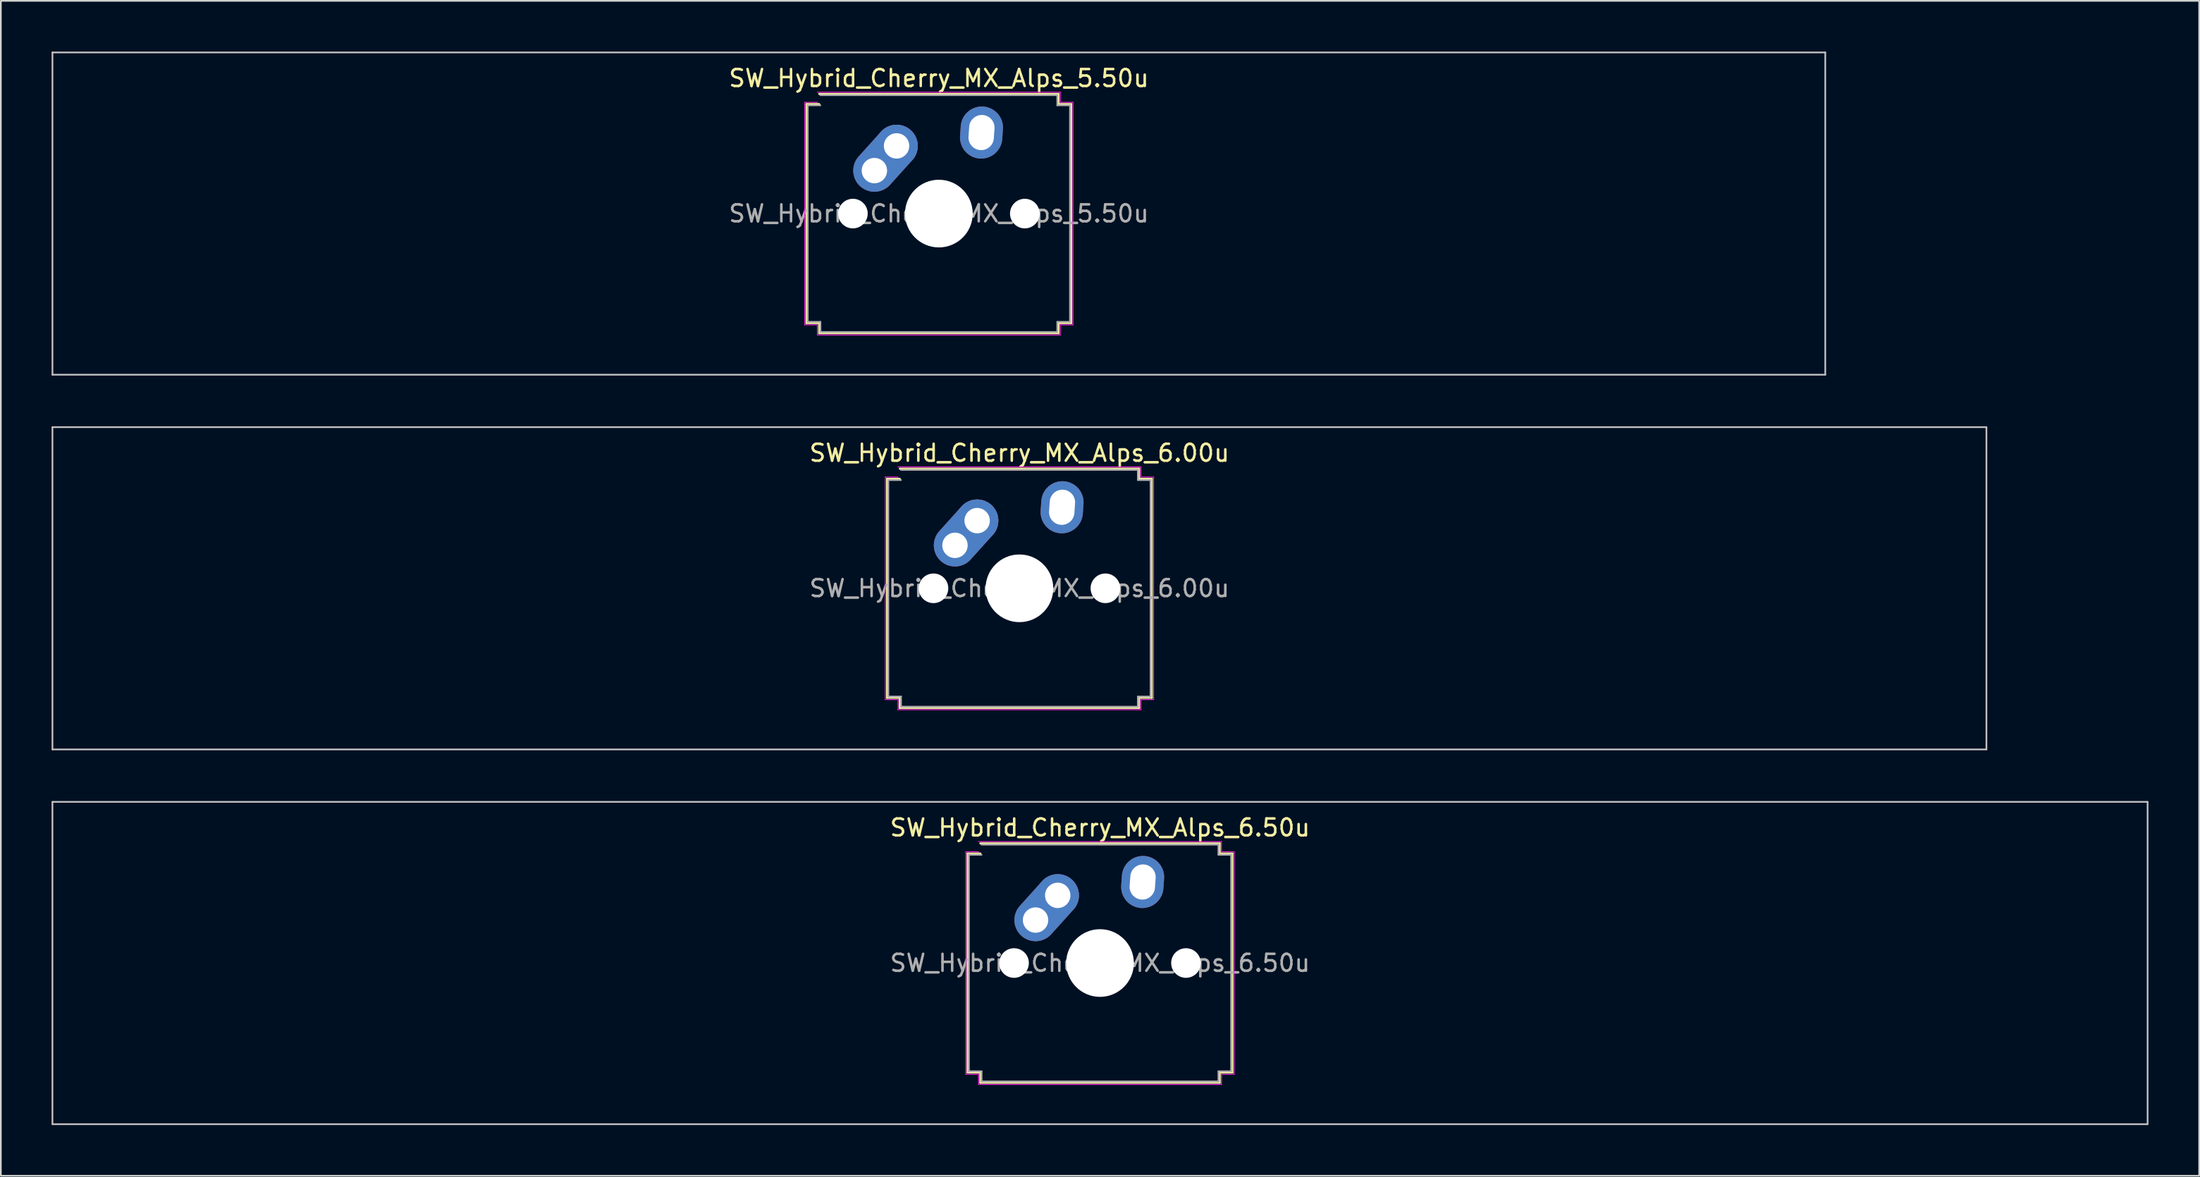
<source format=kicad_pcb>
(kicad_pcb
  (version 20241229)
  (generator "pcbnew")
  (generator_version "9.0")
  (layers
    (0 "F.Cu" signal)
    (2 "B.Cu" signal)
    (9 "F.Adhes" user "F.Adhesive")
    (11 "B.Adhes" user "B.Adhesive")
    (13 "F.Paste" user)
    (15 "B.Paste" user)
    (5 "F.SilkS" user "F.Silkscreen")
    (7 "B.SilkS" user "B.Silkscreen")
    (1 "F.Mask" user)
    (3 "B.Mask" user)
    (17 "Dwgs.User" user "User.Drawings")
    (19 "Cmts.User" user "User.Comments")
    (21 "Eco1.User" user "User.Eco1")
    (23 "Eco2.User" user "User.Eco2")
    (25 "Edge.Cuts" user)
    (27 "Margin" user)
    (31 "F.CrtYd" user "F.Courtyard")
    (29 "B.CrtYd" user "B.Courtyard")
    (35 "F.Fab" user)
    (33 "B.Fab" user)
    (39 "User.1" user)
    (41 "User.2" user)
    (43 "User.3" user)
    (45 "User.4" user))
  (footprint "SW_Hybrid_Cherry_MX_Alps_6.50u"
    (layer "F.Cu")
    (at 61.962 53.875)
    (property "Reference" "SW_Hybrid_Cherry_MX_Alps_6.50u" (at 0 -8 0) (layer "F.SilkS") (effects (font (size 1 1) (thickness 0.15))))
    (attr through_hole)
    (fp_line (start -7.821 -6.471) (end -7.071 -6.471) (stroke (width 0.12) (type solid)) (layer "F.SilkS"))
    (fp_line (start -7.821 6.471) (end -7.821 -6.471) (stroke (width 0.12) (type solid)) (layer "F.SilkS"))
    (fp_line (start -7.071 -7.071) (end 7.071 -7.071) (stroke (width 0.12) (type solid)) (layer "F.SilkS"))
    (fp_line (start -7.071 6.471) (end -7.821 6.471) (stroke (width 0.12) (type solid)) (layer "F.SilkS"))
    (fp_line (start -7.071 7.071) (end -7.071 6.471) (stroke (width 0.12) (type solid)) (layer "F.SilkS"))
    (fp_line (start 7.071 -7.071) (end 7.071 -6.471) (stroke (width 0.12) (type solid)) (layer "F.SilkS"))
    (fp_line (start 7.071 -6.471) (end 7.821 -6.471) (stroke (width 0.12) (type solid)) (layer "F.SilkS"))
    (fp_line (start 7.071 6.471) (end 7.071 7.071) (stroke (width 0.12) (type solid)) (layer "F.SilkS"))
    (fp_line (start 7.071 7.071) (end -7.071 7.071) (stroke (width 0.12) (type solid)) (layer "F.SilkS"))
    (fp_line (start 7.821 -6.471) (end 7.821 6.471) (stroke (width 0.12) (type solid)) (layer "F.SilkS"))
    (fp_line (start 7.821 6.471) (end 7.071 6.471) (stroke (width 0.12) (type solid)) (layer "F.SilkS"))
    (fp_line (start -61.913 -9.525) (end -61.913 9.525) (stroke (width 0.1) (type solid)) (layer "Dwgs.User"))
    (fp_line (start -61.913 9.525) (end 61.913 9.525) (stroke (width 0.1) (type solid)) (layer "Dwgs.User"))
    (fp_line (start 61.913 -9.525) (end -61.913 -9.525) (stroke (width 0.1) (type solid)) (layer "Dwgs.User"))
    (fp_line (start 61.913 9.525) (end 61.913 -9.525) (stroke (width 0.1) (type solid)) (layer "Dwgs.User"))
    (fp_line (start -7.927 -6.577) (end -7.177 -6.577) (stroke (width 0.05) (type solid)) (layer "F.CrtYd"))
    (fp_line (start -7.927 6.577) (end -7.927 -6.577) (stroke (width 0.05) (type solid)) (layer "F.CrtYd"))
    (fp_line (start -7.177 -7.177) (end 7.177 -7.177) (stroke (width 0.05) (type solid)) (layer "F.CrtYd"))
    (fp_line (start -7.177 6.577) (end -7.927 6.577) (stroke (width 0.05) (type solid)) (layer "F.CrtYd"))
    (fp_line (start -7.177 7.177) (end -7.177 6.577) (stroke (width 0.05) (type solid)) (layer "F.CrtYd"))
    (fp_line (start 7.177 -7.177) (end 7.177 -6.577) (stroke (width 0.05) (type solid)) (layer "F.CrtYd"))
    (fp_line (start 7.177 -6.577) (end 7.927 -6.577) (stroke (width 0.05) (type solid)) (layer "F.CrtYd"))
    (fp_line (start 7.177 6.577) (end 7.177 7.177) (stroke (width 0.05) (type solid)) (layer "F.CrtYd"))
    (fp_line (start 7.177 7.177) (end -7.177 7.177) (stroke (width 0.05) (type solid)) (layer "F.CrtYd"))
    (fp_line (start 7.927 -6.577) (end 7.927 6.577) (stroke (width 0.05) (type solid)) (layer "F.CrtYd"))
    (fp_line (start 7.927 6.577) (end 7.177 6.577) (stroke (width 0.05) (type solid)) (layer "F.CrtYd"))
    (fp_line (start -7.75 -6.4) (end -7 -6.4) (stroke (width 0.1) (type solid)) (layer "F.Fab"))
    (fp_line (start -7.75 6.4) (end -7.75 -6.4) (stroke (width 0.1) (type solid)) (layer "F.Fab"))
    (fp_line (start -7 -7) (end 7 -7) (stroke (width 0.1) (type solid)) (layer "F.Fab"))
    (fp_line (start -7 6.4) (end -7.75 6.4) (stroke (width 0.1) (type solid)) (layer "F.Fab"))
    (fp_line (start -7 7) (end -7 6.4) (stroke (width 0.1) (type solid)) (layer "F.Fab"))
    (fp_line (start 7 -7) (end 7 -6.4) (stroke (width 0.1) (type solid)) (layer "F.Fab"))
    (fp_line (start 7 -6.4) (end 7.75 -6.4) (stroke (width 0.1) (type solid)) (layer "F.Fab"))
    (fp_line (start 7 6.4) (end 7 7) (stroke (width 0.1) (type solid)) (layer "F.Fab"))
    (fp_line (start 7 7) (end -7 7) (stroke (width 0.1) (type solid)) (layer "F.Fab"))
    (fp_line (start 7.75 -6.4) (end 7.75 6.4) (stroke (width 0.1) (type solid)) (layer "F.Fab"))
    (fp_line (start 7.75 6.4) (end 7 6.4) (stroke (width 0.1) (type solid)) (layer "F.Fab"))
    (fp_text user "${REFERENCE}" (at 0 0 0) (layer "F.Fab") (effects (font (size 1 1) (thickness 0.15))))
    (pad "" np_thru_hole circle (at -5.08 0) (size 1.75 1.75) (drill 1.75) (layers "*.Cu" "*.Mask"))
    (pad "" smd circle (at -3.81 -2.54 48) (size 1.55 1.55) (layers "F.Mask"))
    (pad "" smd circle (at -2.5 -4) (size 1.55 1.55) (layers "F.Mask"))
    (pad "" np_thru_hole circle (at 0 0) (size 4 4) (drill 4) (layers "*.Cu" "*.Mask"))
    (pad "" smd oval (at 2.52 -4.79 86) (size 2.131 1.55) (layers "F.Mask"))
    (pad "" np_thru_hole circle (at 5.08 0) (size 1.75 1.75) (drill 1.75) (layers "*.Cu" "*.Mask"))
    (pad "1" thru_hole oval (at -3.81 -2.54 48) (size 4.462 2.5) (drill 1.5 (offset 0.981 0)) (layers "*.Cu" "B.Mask"))
    (pad "1" thru_hole circle (at -2.5 -4) (size 2.5 2.5) (drill 1.5) (layers "*.Cu" "B.Mask"))
    (pad "2" thru_hole oval (at 2.52 -4.79 86) (size 3.081 2.5) (drill oval 2.081 1.5) (layers "*.Cu" "B.Mask")))
  (footprint "SW_Hybrid_Cherry_MX_Alps_5.50u"
    (layer "F.Cu")
    (at 52.438 9.575)
    (property "Reference" "SW_Hybrid_Cherry_MX_Alps_5.50u" (at 0 -8 0) (layer "F.SilkS") (effects (font (size 1 1) (thickness 0.15))))
    (attr through_hole)
    (fp_line (start -7.821 -6.471) (end -7.071 -6.471) (stroke (width 0.12) (type solid)) (layer "F.SilkS"))
    (fp_line (start -7.821 6.471) (end -7.821 -6.471) (stroke (width 0.12) (type solid)) (layer "F.SilkS"))
    (fp_line (start -7.071 -7.071) (end 7.071 -7.071) (stroke (width 0.12) (type solid)) (layer "F.SilkS"))
    (fp_line (start -7.071 6.471) (end -7.821 6.471) (stroke (width 0.12) (type solid)) (layer "F.SilkS"))
    (fp_line (start -7.071 7.071) (end -7.071 6.471) (stroke (width 0.12) (type solid)) (layer "F.SilkS"))
    (fp_line (start 7.071 -7.071) (end 7.071 -6.471) (stroke (width 0.12) (type solid)) (layer "F.SilkS"))
    (fp_line (start 7.071 -6.471) (end 7.821 -6.471) (stroke (width 0.12) (type solid)) (layer "F.SilkS"))
    (fp_line (start 7.071 6.471) (end 7.071 7.071) (stroke (width 0.12) (type solid)) (layer "F.SilkS"))
    (fp_line (start 7.071 7.071) (end -7.071 7.071) (stroke (width 0.12) (type solid)) (layer "F.SilkS"))
    (fp_line (start 7.821 -6.471) (end 7.821 6.471) (stroke (width 0.12) (type solid)) (layer "F.SilkS"))
    (fp_line (start 7.821 6.471) (end 7.071 6.471) (stroke (width 0.12) (type solid)) (layer "F.SilkS"))
    (fp_line (start -52.388 -9.525) (end -52.388 9.525) (stroke (width 0.1) (type solid)) (layer "Dwgs.User"))
    (fp_line (start -52.388 9.525) (end 52.388 9.525) (stroke (width 0.1) (type solid)) (layer "Dwgs.User"))
    (fp_line (start 52.388 -9.525) (end -52.388 -9.525) (stroke (width 0.1) (type solid)) (layer "Dwgs.User"))
    (fp_line (start 52.388 9.525) (end 52.388 -9.525) (stroke (width 0.1) (type solid)) (layer "Dwgs.User"))
    (fp_line (start -7.927 -6.577) (end -7.177 -6.577) (stroke (width 0.05) (type solid)) (layer "F.CrtYd"))
    (fp_line (start -7.927 6.577) (end -7.927 -6.577) (stroke (width 0.05) (type solid)) (layer "F.CrtYd"))
    (fp_line (start -7.177 -7.177) (end 7.177 -7.177) (stroke (width 0.05) (type solid)) (layer "F.CrtYd"))
    (fp_line (start -7.177 6.577) (end -7.927 6.577) (stroke (width 0.05) (type solid)) (layer "F.CrtYd"))
    (fp_line (start -7.177 7.177) (end -7.177 6.577) (stroke (width 0.05) (type solid)) (layer "F.CrtYd"))
    (fp_line (start 7.177 -7.177) (end 7.177 -6.577) (stroke (width 0.05) (type solid)) (layer "F.CrtYd"))
    (fp_line (start 7.177 -6.577) (end 7.927 -6.577) (stroke (width 0.05) (type solid)) (layer "F.CrtYd"))
    (fp_line (start 7.177 6.577) (end 7.177 7.177) (stroke (width 0.05) (type solid)) (layer "F.CrtYd"))
    (fp_line (start 7.177 7.177) (end -7.177 7.177) (stroke (width 0.05) (type solid)) (layer "F.CrtYd"))
    (fp_line (start 7.927 -6.577) (end 7.927 6.577) (stroke (width 0.05) (type solid)) (layer "F.CrtYd"))
    (fp_line (start 7.927 6.577) (end 7.177 6.577) (stroke (width 0.05) (type solid)) (layer "F.CrtYd"))
    (fp_line (start -7.75 -6.4) (end -7 -6.4) (stroke (width 0.1) (type solid)) (layer "F.Fab"))
    (fp_line (start -7.75 6.4) (end -7.75 -6.4) (stroke (width 0.1) (type solid)) (layer "F.Fab"))
    (fp_line (start -7 -7) (end 7 -7) (stroke (width 0.1) (type solid)) (layer "F.Fab"))
    (fp_line (start -7 6.4) (end -7.75 6.4) (stroke (width 0.1) (type solid)) (layer "F.Fab"))
    (fp_line (start -7 7) (end -7 6.4) (stroke (width 0.1) (type solid)) (layer "F.Fab"))
    (fp_line (start 7 -7) (end 7 -6.4) (stroke (width 0.1) (type solid)) (layer "F.Fab"))
    (fp_line (start 7 -6.4) (end 7.75 -6.4) (stroke (width 0.1) (type solid)) (layer "F.Fab"))
    (fp_line (start 7 6.4) (end 7 7) (stroke (width 0.1) (type solid)) (layer "F.Fab"))
    (fp_line (start 7 7) (end -7 7) (stroke (width 0.1) (type solid)) (layer "F.Fab"))
    (fp_line (start 7.75 -6.4) (end 7.75 6.4) (stroke (width 0.1) (type solid)) (layer "F.Fab"))
    (fp_line (start 7.75 6.4) (end 7 6.4) (stroke (width 0.1) (type solid)) (layer "F.Fab"))
    (fp_text user "${REFERENCE}" (at 0 0 0) (layer "F.Fab") (effects (font (size 1 1) (thickness 0.15))))
    (pad "" np_thru_hole circle (at -5.08 0) (size 1.75 1.75) (drill 1.75) (layers "*.Cu" "*.Mask"))
    (pad "" smd circle (at -3.81 -2.54 48) (size 1.55 1.55) (layers "F.Mask"))
    (pad "" smd circle (at -2.5 -4) (size 1.55 1.55) (layers "F.Mask"))
    (pad "" np_thru_hole circle (at 0 0) (size 4 4) (drill 4) (layers "*.Cu" "*.Mask"))
    (pad "" smd oval (at 2.52 -4.79 86) (size 2.131 1.55) (layers "F.Mask"))
    (pad "" np_thru_hole circle (at 5.08 0) (size 1.75 1.75) (drill 1.75) (layers "*.Cu" "*.Mask"))
    (pad "1" thru_hole oval (at -3.81 -2.54 48) (size 4.462 2.5) (drill 1.5 (offset 0.981 0)) (layers "*.Cu" "B.Mask"))
    (pad "1" thru_hole circle (at -2.5 -4) (size 2.5 2.5) (drill 1.5) (layers "*.Cu" "B.Mask"))
    (pad "2" thru_hole oval (at 2.52 -4.79 86) (size 3.081 2.5) (drill oval 2.081 1.5) (layers "*.Cu" "B.Mask")))
  (footprint "SW_Hybrid_Cherry_MX_Alps_6.00u"
    (layer "F.Cu")
    (at 57.2 31.725)
    (property "Reference" "SW_Hybrid_Cherry_MX_Alps_6.00u" (at 0 -8 0) (layer "F.SilkS") (effects (font (size 1 1) (thickness 0.15))))
    (attr through_hole)
    (fp_line (start -7.821 -6.471) (end -7.071 -6.471) (stroke (width 0.12) (type solid)) (layer "F.SilkS"))
    (fp_line (start -7.821 6.471) (end -7.821 -6.471) (stroke (width 0.12) (type solid)) (layer "F.SilkS"))
    (fp_line (start -7.071 -7.071) (end 7.071 -7.071) (stroke (width 0.12) (type solid)) (layer "F.SilkS"))
    (fp_line (start -7.071 6.471) (end -7.821 6.471) (stroke (width 0.12) (type solid)) (layer "F.SilkS"))
    (fp_line (start -7.071 7.071) (end -7.071 6.471) (stroke (width 0.12) (type solid)) (layer "F.SilkS"))
    (fp_line (start 7.071 -7.071) (end 7.071 -6.471) (stroke (width 0.12) (type solid)) (layer "F.SilkS"))
    (fp_line (start 7.071 -6.471) (end 7.821 -6.471) (stroke (width 0.12) (type solid)) (layer "F.SilkS"))
    (fp_line (start 7.071 6.471) (end 7.071 7.071) (stroke (width 0.12) (type solid)) (layer "F.SilkS"))
    (fp_line (start 7.071 7.071) (end -7.071 7.071) (stroke (width 0.12) (type solid)) (layer "F.SilkS"))
    (fp_line (start 7.821 -6.471) (end 7.821 6.471) (stroke (width 0.12) (type solid)) (layer "F.SilkS"))
    (fp_line (start 7.821 6.471) (end 7.071 6.471) (stroke (width 0.12) (type solid)) (layer "F.SilkS"))
    (fp_line (start -57.15 -9.525) (end -57.15 9.525) (stroke (width 0.1) (type solid)) (layer "Dwgs.User"))
    (fp_line (start -57.15 9.525) (end 57.15 9.525) (stroke (width 0.1) (type solid)) (layer "Dwgs.User"))
    (fp_line (start 57.15 -9.525) (end -57.15 -9.525) (stroke (width 0.1) (type solid)) (layer "Dwgs.User"))
    (fp_line (start 57.15 9.525) (end 57.15 -9.525) (stroke (width 0.1) (type solid)) (layer "Dwgs.User"))
    (fp_line (start -7.927 -6.577) (end -7.177 -6.577) (stroke (width 0.05) (type solid)) (layer "F.CrtYd"))
    (fp_line (start -7.927 6.577) (end -7.927 -6.577) (stroke (width 0.05) (type solid)) (layer "F.CrtYd"))
    (fp_line (start -7.177 -7.177) (end 7.177 -7.177) (stroke (width 0.05) (type solid)) (layer "F.CrtYd"))
    (fp_line (start -7.177 6.577) (end -7.927 6.577) (stroke (width 0.05) (type solid)) (layer "F.CrtYd"))
    (fp_line (start -7.177 7.177) (end -7.177 6.577) (stroke (width 0.05) (type solid)) (layer "F.CrtYd"))
    (fp_line (start 7.177 -7.177) (end 7.177 -6.577) (stroke (width 0.05) (type solid)) (layer "F.CrtYd"))
    (fp_line (start 7.177 -6.577) (end 7.927 -6.577) (stroke (width 0.05) (type solid)) (layer "F.CrtYd"))
    (fp_line (start 7.177 6.577) (end 7.177 7.177) (stroke (width 0.05) (type solid)) (layer "F.CrtYd"))
    (fp_line (start 7.177 7.177) (end -7.177 7.177) (stroke (width 0.05) (type solid)) (layer "F.CrtYd"))
    (fp_line (start 7.927 -6.577) (end 7.927 6.577) (stroke (width 0.05) (type solid)) (layer "F.CrtYd"))
    (fp_line (start 7.927 6.577) (end 7.177 6.577) (stroke (width 0.05) (type solid)) (layer "F.CrtYd"))
    (fp_line (start -7.75 -6.4) (end -7 -6.4) (stroke (width 0.1) (type solid)) (layer "F.Fab"))
    (fp_line (start -7.75 6.4) (end -7.75 -6.4) (stroke (width 0.1) (type solid)) (layer "F.Fab"))
    (fp_line (start -7 -7) (end 7 -7) (stroke (width 0.1) (type solid)) (layer "F.Fab"))
    (fp_line (start -7 6.4) (end -7.75 6.4) (stroke (width 0.1) (type solid)) (layer "F.Fab"))
    (fp_line (start -7 7) (end -7 6.4) (stroke (width 0.1) (type solid)) (layer "F.Fab"))
    (fp_line (start 7 -7) (end 7 -6.4) (stroke (width 0.1) (type solid)) (layer "F.Fab"))
    (fp_line (start 7 -6.4) (end 7.75 -6.4) (stroke (width 0.1) (type solid)) (layer "F.Fab"))
    (fp_line (start 7 6.4) (end 7 7) (stroke (width 0.1) (type solid)) (layer "F.Fab"))
    (fp_line (start 7 7) (end -7 7) (stroke (width 0.1) (type solid)) (layer "F.Fab"))
    (fp_line (start 7.75 -6.4) (end 7.75 6.4) (stroke (width 0.1) (type solid)) (layer "F.Fab"))
    (fp_line (start 7.75 6.4) (end 7 6.4) (stroke (width 0.1) (type solid)) (layer "F.Fab"))
    (fp_text user "${REFERENCE}" (at 0 0 0) (layer "F.Fab") (effects (font (size 1 1) (thickness 0.15))))
    (pad "" np_thru_hole circle (at -5.08 0) (size 1.75 1.75) (drill 1.75) (layers "*.Cu" "*.Mask"))
    (pad "" smd circle (at -3.81 -2.54 48) (size 1.55 1.55) (layers "F.Mask"))
    (pad "" smd circle (at -2.5 -4) (size 1.55 1.55) (layers "F.Mask"))
    (pad "" np_thru_hole circle (at 0 0) (size 4 4) (drill 4) (layers "*.Cu" "*.Mask"))
    (pad "" smd oval (at 2.52 -4.79 86) (size 2.131 1.55) (layers "F.Mask"))
    (pad "" np_thru_hole circle (at 5.08 0) (size 1.75 1.75) (drill 1.75) (layers "*.Cu" "*.Mask"))
    (pad "1" thru_hole oval (at -3.81 -2.54 48) (size 4.462 2.5) (drill 1.5 (offset 0.981 0)) (layers "*.Cu" "B.Mask"))
    (pad "1" thru_hole circle (at -2.5 -4) (size 2.5 2.5) (drill 1.5) (layers "*.Cu" "B.Mask"))
    (pad "2" thru_hole oval (at 2.52 -4.79 86) (size 3.081 2.5) (drill oval 2.081 1.5) (layers "*.Cu" "B.Mask")))
  (gr_rect
    (start -3 -3)
    (end 126.925 66.45)
    (stroke (width 0.1) (type default))
    (fill no)
    (layer "Edge.Cuts")))
</source>
